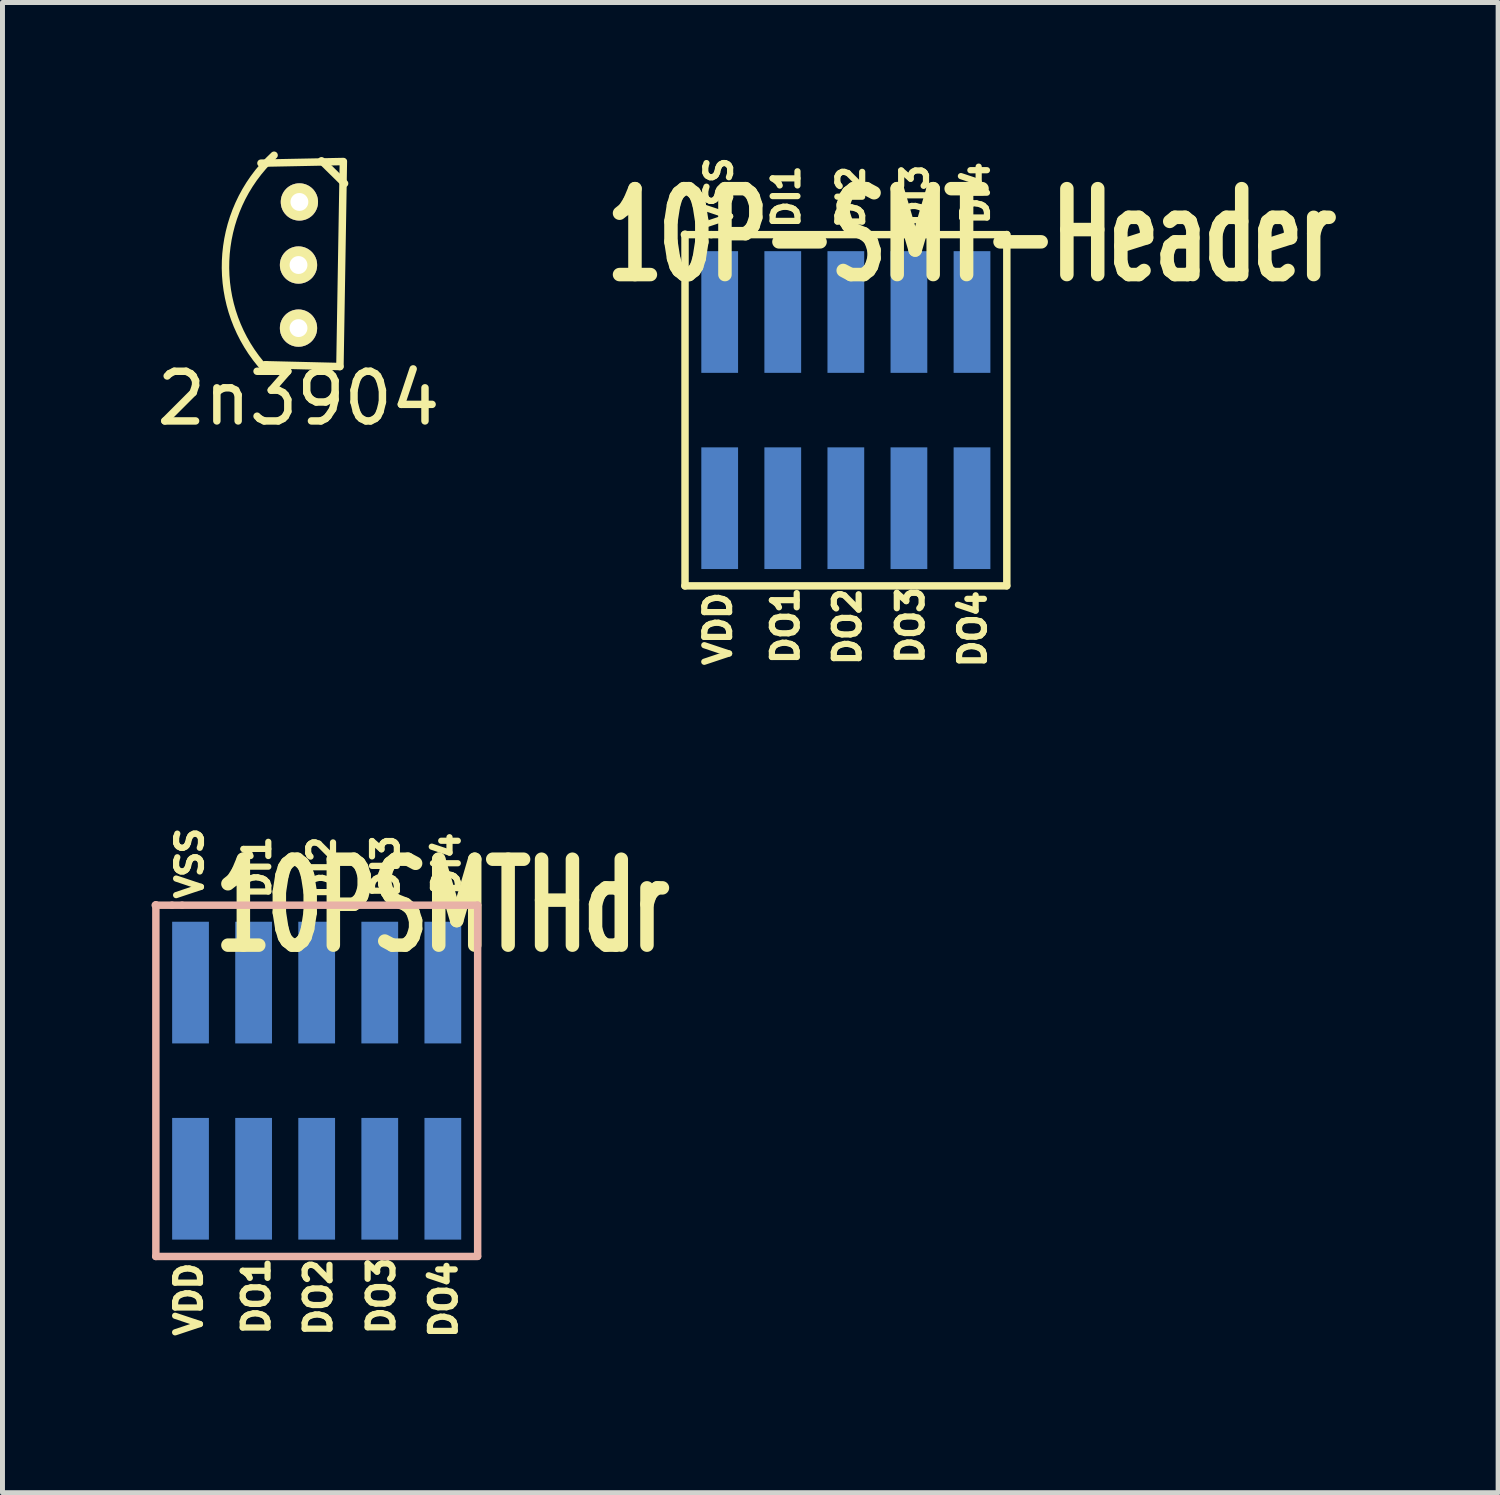
<source format=kicad_pcb>
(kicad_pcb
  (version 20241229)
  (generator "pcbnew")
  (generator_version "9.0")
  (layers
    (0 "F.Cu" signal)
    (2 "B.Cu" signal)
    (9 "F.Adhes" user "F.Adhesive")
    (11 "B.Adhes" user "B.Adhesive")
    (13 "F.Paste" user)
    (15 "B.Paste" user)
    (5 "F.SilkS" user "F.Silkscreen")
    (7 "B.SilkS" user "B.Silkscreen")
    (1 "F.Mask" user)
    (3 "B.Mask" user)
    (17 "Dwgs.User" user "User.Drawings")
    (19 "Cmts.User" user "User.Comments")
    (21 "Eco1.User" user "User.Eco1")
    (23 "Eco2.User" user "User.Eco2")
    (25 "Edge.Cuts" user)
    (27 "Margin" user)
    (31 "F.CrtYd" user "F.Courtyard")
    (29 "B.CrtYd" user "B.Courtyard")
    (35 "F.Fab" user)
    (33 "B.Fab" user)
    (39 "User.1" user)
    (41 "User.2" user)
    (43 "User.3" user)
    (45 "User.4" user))
  (footprint "10PSMTHdr"
    (layer "F.Cu")
    (at 6.496 17.733)
    (property "Reference" "10PSMTHdr" (at -0.635 -2.54 0) (layer "F.SilkS") (effects (font (size 1.73 1.087) (thickness 0.272))))
    (attr through_hole)
    (fp_line (start -6.421 -2.558) (end -6.083 -2.558) (stroke (width 0.15) (type solid)) (layer "B.SilkS"))
    (fp_line (start -6.411 4.514) (end 0.069 4.514) (stroke (width 0.15) (type solid)) (layer "B.SilkS"))
    (fp_line (start -6.408 -2.568) (end -6.408 4.514) (stroke (width 0.15) (type solid)) (layer "B.SilkS"))
    (fp_line (start -6.083 -2.558) (end -5.88 -2.558) (stroke (width 0.15) (type solid)) (layer "B.SilkS"))
    (fp_line (start -5.88 -2.558) (end 0.069 -2.558) (stroke (width 0.15) (type solid)) (layer "B.SilkS"))
    (fp_line (start 0.071 -2.56) (end 0.071 4.511) (stroke (width 0.15) (type solid)) (layer "B.SilkS"))
    (fp_text user "DO4" (at -0.615 5.382 90) (layer "F.SilkS") (effects (font (size 0.5 0.5) (thickness 0.125))))
    (fp_text user "DI3" (at -1.781 -3.338 90) (layer "F.SilkS") (effects (font (size 0.5 0.5) (thickness 0.125))))
    (fp_text user "VDD" (at -5.745 5.375 90) (layer "F.SilkS") (effects (font (size 0.5 0.5) (thickness 0.125))))
    (fp_text user "DO2" (at -3.137 5.337 90) (layer "F.SilkS") (effects (font (size 0.5 0.5) (thickness 0.125))))
    (fp_text user "DI4" (at -0.554 -3.391 90) (layer "F.SilkS") (effects (font (size 0.5 0.5) (thickness 0.125))))
    (fp_text user "VSS" (at -5.725 -3.404 90) (layer "F.SilkS") (effects (font (size 0.5 0.5) (thickness 0.125))))
    (fp_text user "DO3" (at -1.869 5.309 90) (layer "F.SilkS") (effects (font (size 0.5 0.5) (thickness 0.125))))
    (fp_text user "DI2" (at -3.066 -3.31 90) (layer "F.SilkS") (effects (font (size 0.5 0.5) (thickness 0.125))))
    (fp_text user "DO1" (at -4.384 5.314 90) (layer "F.SilkS") (effects (font (size 0.5 0.5) (thickness 0.125))))
    (fp_text user "DI1" (at -4.369 -3.322 90) (layer "F.SilkS") (effects (font (size 0.5 0.5) (thickness 0.125))))
    (pad "1" smd rect (at -5.71 2.95) (size 0.74 2.45) (layers "B.Cu" "B.Mask" "B.Paste"))
    (pad "2" smd rect (at -5.71 -1) (size 0.74 2.45) (layers "B.Cu" "B.Mask" "B.Paste"))
    (pad "3" smd rect (at -4.44 2.95) (size 0.74 2.45) (layers "B.Cu" "B.Mask" "B.Paste"))
    (pad "4" smd rect (at -4.44 -1) (size 0.74 2.45) (layers "B.Cu" "B.Mask" "B.Paste"))
    (pad "5" smd rect (at -3.17 2.95) (size 0.74 2.45) (layers "B.Cu" "B.Mask" "B.Paste"))
    (pad "6" smd rect (at -3.17 -1) (size 0.74 2.45) (layers "B.Cu" "B.Mask" "B.Paste"))
    (pad "7" smd rect (at -1.9 2.95) (size 0.74 2.45) (layers "B.Cu" "B.Mask" "B.Paste"))
    (pad "8" smd rect (at -1.9 -1) (size 0.74 2.45) (layers "B.Cu" "B.Mask" "B.Paste"))
    (pad "9" smd rect (at -0.63 2.95) (size 0.74 2.45) (layers "B.Cu" "B.Mask" "B.Paste"))
    (pad "10" smd rect (at -0.63 -1) (size 0.74 2.45) (layers "B.Cu" "B.Mask" "B.Paste")))
  (footprint "2n3904"
    (layer "F.Cu")
    (at 2.984 2.313)
    (property "Reference" "2n3904" (at -0.025 2.657 0) (layer "F.SilkS") (effects (font (size 1 1) (thickness 0.15))))
    (attr through_hole)
    (fp_line (start -0.678 1.981) (end -0.701 1.981) (stroke (width 0.15) (type solid)) (layer "F.SilkS"))
    (fp_line (start 0.439 -2.126) (end 0.904 -1.669) (stroke (width 0.15) (type solid)) (layer "F.SilkS"))
    (fp_line (start 0.81 2.017) (end -0.678 1.981) (stroke (width 0.15) (type solid)) (layer "F.SilkS"))
    (fp_line (start 0.879 -2.111) (end -0.78 -2.078) (stroke (width 0.15) (type solid)) (layer "F.SilkS"))
    (fp_line (start 0.879 -2.101) (end 0.81 2.017) (stroke (width 0.15) (type solid)) (layer "F.SilkS"))
    (fp_arc (start -0.67818 2.08534) (mid -1.492239 -0.109867) (end -0.51562 -2.23774) (stroke (width 0.15) (type solid)) (layer "F.SilkS"))
    (pad "1" thru_hole circle (at -0.006 -1.297 270) (size 0.75 0.75) (drill 0.36) (layers "*.Cu" "*.Mask" "F.SilkS"))
    (pad "2" thru_hole circle (at -0.024 -0.027 270) (size 0.75 0.75) (drill 0.36) (layers "*.Cu" "*.Mask" "F.SilkS"))
    (pad "3" thru_hole circle (at -0.024 1.243 270) (size 0.75 0.75) (drill 0.36) (layers "*.Cu" "*.Mask" "F.SilkS")))
  (footprint "10P-SMT-Header"
    (layer "F.Cu")
    (at 17.15 4.232)
    (property "Reference" "10P-SMT-Header" (at -0.635 -2.54 0) (layer "F.SilkS") (effects (font (size 1.73 1.087) (thickness 0.272))))
    (attr through_hole)
    (fp_line (start -6.421 -2.558) (end -6.083 -2.558) (stroke (width 0.15) (type solid)) (layer "F.SilkS"))
    (fp_line (start -6.411 4.514) (end 0.069 4.514) (stroke (width 0.15) (type solid)) (layer "F.SilkS"))
    (fp_line (start -6.408 -2.568) (end -6.408 4.514) (stroke (width 0.15) (type solid)) (layer "F.SilkS"))
    (fp_line (start -6.083 -2.558) (end -5.88 -2.558) (stroke (width 0.15) (type solid)) (layer "F.SilkS"))
    (fp_line (start -5.88 -2.558) (end 0.069 -2.558) (stroke (width 0.15) (type solid)) (layer "F.SilkS"))
    (fp_line (start 0.071 -2.56) (end 0.071 4.511) (stroke (width 0.15) (type solid)) (layer "F.SilkS"))
    (fp_text user "DO3" (at -1.869 5.309 90) (layer "F.SilkS") (effects (font (size 0.5 0.5) (thickness 0.125))))
    (fp_text user "VDD" (at -5.745 5.375 90) (layer "F.SilkS") (effects (font (size 0.5 0.5) (thickness 0.125))))
    (fp_text user "DI2" (at -3.066 -3.31 90) (layer "F.SilkS") (effects (font (size 0.5 0.5) (thickness 0.125))))
    (fp_text user "DI3" (at -1.781 -3.338 90) (layer "F.SilkS") (effects (font (size 0.5 0.5) (thickness 0.125))))
    (fp_text user "VSS" (at -5.725 -3.404 90) (layer "F.SilkS") (effects (font (size 0.5 0.5) (thickness 0.125))))
    (fp_text user "DI4" (at -0.554 -3.391 90) (layer "F.SilkS") (effects (font (size 0.5 0.5) (thickness 0.125))))
    (fp_text user "DO2" (at -3.137 5.337 90) (layer "F.SilkS") (effects (font (size 0.5 0.5) (thickness 0.125))))
    (fp_text user "DI1" (at -4.369 -3.322 90) (layer "F.SilkS") (effects (font (size 0.5 0.5) (thickness 0.125))))
    (fp_text user "DO4" (at -0.615 5.382 90) (layer "F.SilkS") (effects (font (size 0.5 0.5) (thickness 0.125))))
    (fp_text user "DO1" (at -4.384 5.314 90) (layer "F.SilkS") (effects (font (size 0.5 0.5) (thickness 0.125))))
    (pad "1" smd rect (at -5.71 -1) (size 0.74 2.45) (layers "F.Mask" "B.Cu" "F.Paste"))
    (pad "2" smd rect (at -4.44 -1) (size 0.74 2.45) (layers "F.Mask" "B.Cu" "F.Paste"))
    (pad "3" smd rect (at -3.17 -1) (size 0.74 2.45) (layers "F.Mask" "B.Cu" "F.Paste"))
    (pad "4" smd rect (at -1.9 -1) (size 0.74 2.45) (layers "F.Mask" "B.Cu" "F.Paste"))
    (pad "5" smd rect (at -0.63 -1) (size 0.74 2.45) (layers "F.Mask" "B.Cu" "F.Paste"))
    (pad "6" smd rect (at -0.63 2.95) (size 0.74 2.45) (layers "F.Mask" "B.Cu" "F.Paste"))
    (pad "7" smd rect (at -1.9 2.95) (size 0.74 2.45) (layers "F.Mask" "B.Cu" "F.Paste"))
    (pad "8" smd rect (at -3.17 2.95) (size 0.74 2.45) (layers "F.Mask" "B.Cu" "F.Paste"))
    (pad "9" smd rect (at -4.44 2.95) (size 0.74 2.45) (layers "F.Mask" "B.Cu" "F.Paste"))
    (pad "10" smd rect (at -5.71 2.95) (size 0.74 2.45) (layers "F.Mask" "B.Cu" "F.Paste")))
  (gr_rect
    (start -3 -3)
    (end 27.113 27.003)
    (stroke (width 0.1) (type default))
    (fill no)
    (layer "Edge.Cuts")))
</source>
